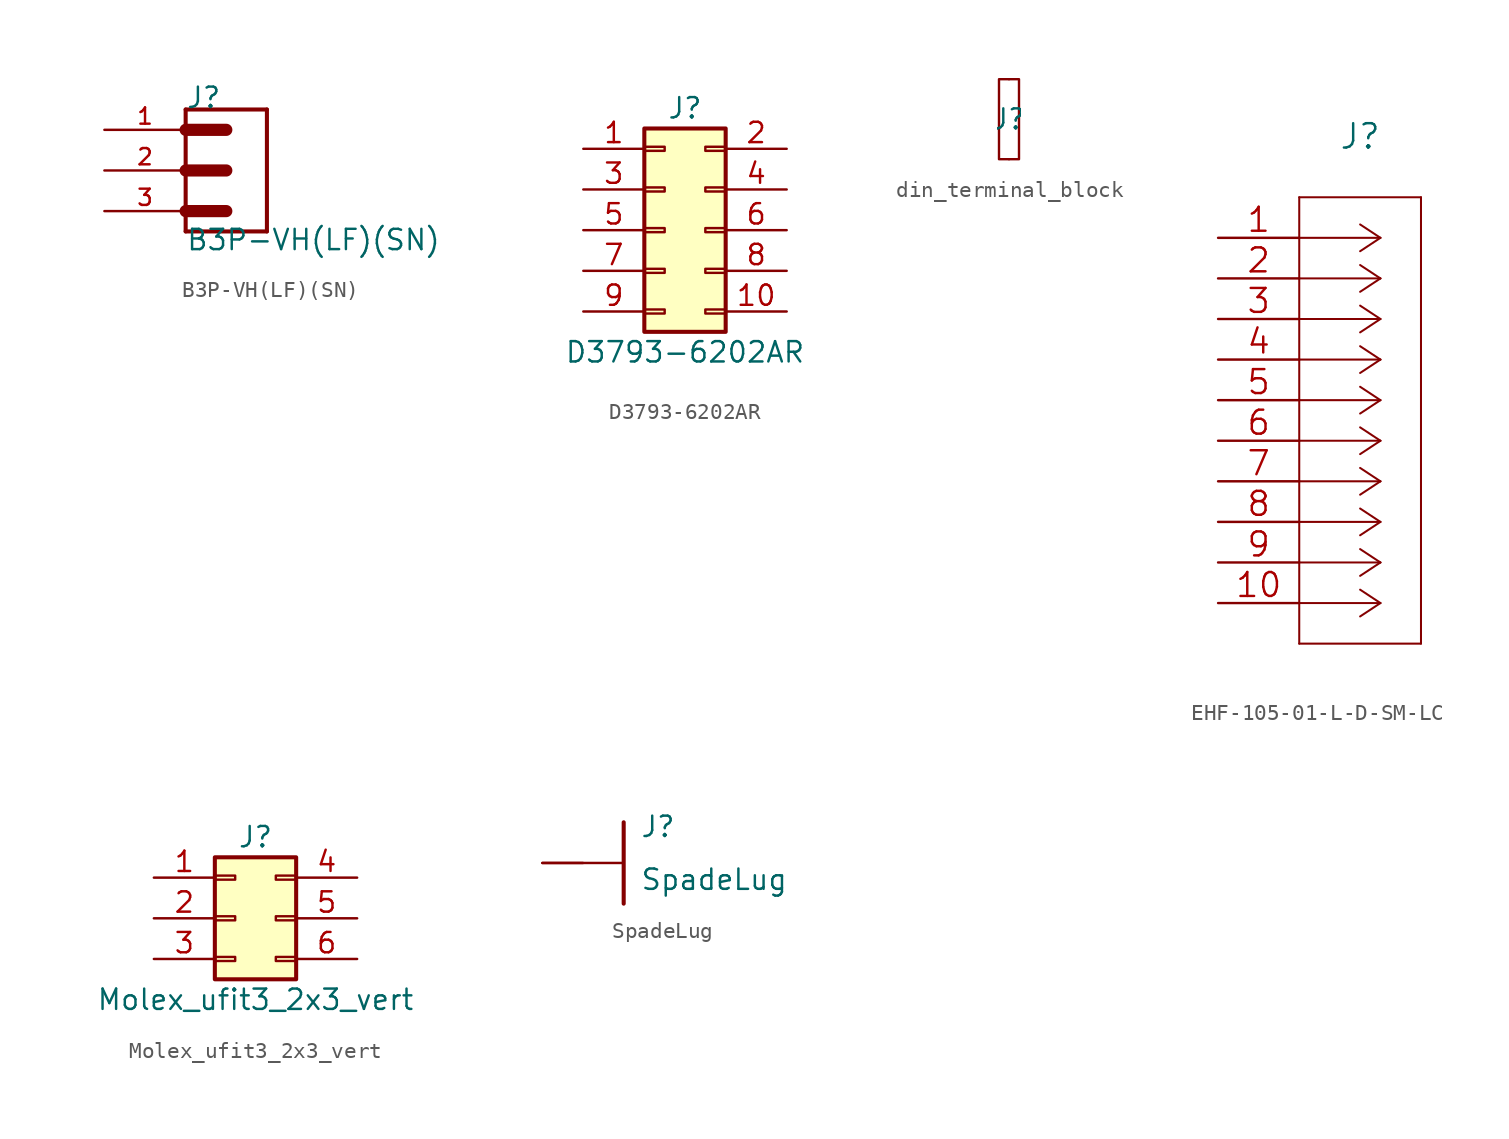
<source format=kicad_sym>
(kicad_symbol_lib
  (version 20211014)
  (generator kicad_symbol_editor)
  (symbol "B3P-VH(LF)(SN)"
    (pin_names
      (offset 1.016) hide)
    (property "Reference" "J"
      (at -2.54 3.81 0)
      (effects (font (size 1.27 1.27)) (justify left bottom)))
    (property "Value" "B3P-VH(LF)(SN)"
      (at -2.54 -5.08 0)
      (effects (font (size 1.27 1.27)) (justify left bottom)))
    (symbol "B3P-VH(LF)(SN)_0_0"
      (polyline (pts (xy -2.54 -3.81) (xy 2.54 -3.81)) (stroke (width 0.254) (type default) (color 0 0 0 0)) (fill (type none)))
      (polyline (pts (xy -2.54 -2.54) (xy 0 -2.54)) (stroke (width 0.762) (type default) (color 0 0 0 0)) (fill (type none)))
      (polyline (pts (xy -2.54 0) (xy -2.54 -3.81)) (stroke (width 0.254) (type default) (color 0 0 0 0)) (fill (type none)))
      (polyline (pts (xy -2.54 0) (xy 0 0)) (stroke (width 0.762) (type default) (color 0 0 0 0)) (fill (type none)))
      (polyline (pts (xy -2.54 2.54) (xy -2.54 0)) (stroke (width 0.254) (type default) (color 0 0 0 0)) (fill (type none)))
      (polyline (pts (xy -2.54 2.54) (xy 0 2.54)) (stroke (width 0.762) (type default) (color 0 0 0 0)) (fill (type none)))
      (polyline (pts (xy -2.54 3.81) (xy -2.54 2.54)) (stroke (width 0.254) (type default) (color 0 0 0 0)) (fill (type none)))
      (polyline (pts (xy 2.54 -3.81) (xy 2.54 3.81)) (stroke (width 0.254) (type default) (color 0 0 0 0)) (fill (type none)))
      (polyline (pts (xy 2.54 3.81) (xy -2.54 3.81)) (stroke (width 0.254) (type default) (color 0 0 0 0)) (fill (type none)))
      (pin passive line (at -7.62 2.54 0) (length 5.08) (name "1" (effects (font (size 1.016 1.016)))) (number "1" (effects (font (size 1.016 1.016)))))
      (pin passive line (at -7.62 0 0) (length 5.08) (name "2" (effects (font (size 1.016 1.016)))) (number "2" (effects (font (size 1.016 1.016)))))
      (pin passive line (at -7.62 -2.54 0) (length 5.08) (name "3" (effects (font (size 1.016 1.016)))) (number "3" (effects (font (size 1.016 1.016)))))))
  (symbol "D3793-6202AR"
    (pin_names
      (offset 1.016) hide)
    (property "Reference" "J"
      (at 1.27 7.62 0)
      (effects (font (size 1.27 1.27))))
    (property "Value" "D3793-6202AR"
      (at 1.27 -7.62 0)
      (effects (font (size 1.27 1.27))))
    (symbol "D3793-6202AR_1_1"
      (rectangle (start -1.27 -4.953) (end 0 -5.207) (stroke (width 0.152) (type default) (color 0 0 0 0)) (fill (type none)))
      (rectangle (start -1.27 -2.413) (end 0 -2.667) (stroke (width 0.152) (type default) (color 0 0 0 0)) (fill (type none)))
      (rectangle (start -1.27 0.127) (end 0 -0.127) (stroke (width 0.152) (type default) (color 0 0 0 0)) (fill (type none)))
      (rectangle (start -1.27 2.667) (end 0 2.413) (stroke (width 0.152) (type default) (color 0 0 0 0)) (fill (type none)))
      (rectangle (start -1.27 5.207) (end 0 4.953) (stroke (width 0.152) (type default) (color 0 0 0 0)) (fill (type none)))
      (rectangle (start -1.27 6.35) (end 3.81 -6.35) (stroke (width 0.254) (type default) (color 0 0 0 0)) (fill (type background)))
      (rectangle (start 3.81 -4.953) (end 2.54 -5.207) (stroke (width 0.152) (type default) (color 0 0 0 0)) (fill (type none)))
      (rectangle (start 3.81 -2.413) (end 2.54 -2.667) (stroke (width 0.152) (type default) (color 0 0 0 0)) (fill (type none)))
      (rectangle (start 3.81 0.127) (end 2.54 -0.127) (stroke (width 0.152) (type default) (color 0 0 0 0)) (fill (type none)))
      (rectangle (start 3.81 2.667) (end 2.54 2.413) (stroke (width 0.152) (type default) (color 0 0 0 0)) (fill (type none)))
      (rectangle (start 3.81 5.207) (end 2.54 4.953) (stroke (width 0.152) (type default) (color 0 0 0 0)) (fill (type none)))
      (pin passive line (at -5.08 5.08 0) (length 3.81) (name "Pin_1" (effects (font (size 1.27 1.27)))) (number "1" (effects (font (size 1.27 1.27)))))
      (pin passive line (at 7.62 -5.08 180) (length 3.81) (name "Pin_10" (effects (font (size 1.27 1.27)))) (number "10" (effects (font (size 1.27 1.27)))))
      (pin passive line (at 7.62 5.08 180) (length 3.81) (name "Pin_2" (effects (font (size 1.27 1.27)))) (number "2" (effects (font (size 1.27 1.27)))))
      (pin passive line (at -5.08 2.54 0) (length 3.81) (name "Pin_3" (effects (font (size 1.27 1.27)))) (number "3" (effects (font (size 1.27 1.27)))))
      (pin passive line (at 7.62 2.54 180) (length 3.81) (name "Pin_4" (effects (font (size 1.27 1.27)))) (number "4" (effects (font (size 1.27 1.27)))))
      (pin passive line (at -5.08 0 0) (length 3.81) (name "Pin_5" (effects (font (size 1.27 1.27)))) (number "5" (effects (font (size 1.27 1.27)))))
      (pin passive line (at 7.62 0 180) (length 3.81) (name "Pin_6" (effects (font (size 1.27 1.27)))) (number "6" (effects (font (size 1.27 1.27)))))
      (pin passive line (at -5.08 -2.54 0) (length 3.81) (name "Pin_7" (effects (font (size 1.27 1.27)))) (number "7" (effects (font (size 1.27 1.27)))))
      (pin passive line (at 7.62 -2.54 180) (length 3.81) (name "Pin_8" (effects (font (size 1.27 1.27)))) (number "8" (effects (font (size 1.27 1.27)))))
      (pin passive line (at -5.08 -5.08 0) (length 3.81) (name "Pin_9" (effects (font (size 1.27 1.27)))) (number "9" (effects (font (size 1.27 1.27)))))))
  (symbol "din_terminal_block"
    (pin_names
      (offset 1.016))
    (property "Reference" "J"
      (at 0 0 0)
      (effects (font (size 1.27 1.27))))
    (symbol "din_terminal_block_0_1"
      (rectangle (start -0.635 2.54) (end 0.635 -2.54) (stroke (width 0) (type default) (color 0 0 0 0)) (fill (type none))))
    (symbol "din_terminal_block_1_1"
      (pin input line (at 0 -2.54 90) (length 0) (name "~" (effects (font (size 1.27 1.27)))) (number "~" (effects (font (size 1.27 1.27)))))
      (pin input line (at 0 2.54 270) (length 0) (name "~" (effects (font (size 1.27 1.27)))) (number "~" (effects (font (size 1.27 1.27)))))))
  (symbol "EHF-105-01-L-D-SM-LC"
    (pin_names
      (offset 0.254) hide)
    (property "Reference" "J"
      (at 8.89 6.35 0)
      (effects (font (size 1.524 1.524))))
    (symbol "EHF-105-01-L-D-SM-LC_1_0"
      (polyline (pts (xy 5.08 -25.4) (xy 12.7 -25.4)) (stroke (width 0.127) (type default) (color 0 0 0 0)) (fill (type none)))
      (polyline (pts (xy 5.08 2.54) (xy 5.08 -25.4)) (stroke (width 0.127) (type default) (color 0 0 0 0)) (fill (type none)))
      (polyline (pts (xy 10.16 -22.86) (xy 5.08 -22.86)) (stroke (width 0.127) (type default) (color 0 0 0 0)) (fill (type none)))
      (polyline (pts (xy 10.16 -22.86) (xy 8.89 -23.698)) (stroke (width 0.127) (type default) (color 0 0 0 0)) (fill (type none)))
      (polyline (pts (xy 10.16 -22.86) (xy 8.89 -22.022)) (stroke (width 0.127) (type default) (color 0 0 0 0)) (fill (type none)))
      (polyline (pts (xy 10.16 -20.32) (xy 5.08 -20.32)) (stroke (width 0.127) (type default) (color 0 0 0 0)) (fill (type none)))
      (polyline (pts (xy 10.16 -20.32) (xy 8.89 -21.158)) (stroke (width 0.127) (type default) (color 0 0 0 0)) (fill (type none)))
      (polyline (pts (xy 10.16 -20.32) (xy 8.89 -19.482)) (stroke (width 0.127) (type default) (color 0 0 0 0)) (fill (type none)))
      (polyline (pts (xy 10.16 -17.78) (xy 5.08 -17.78)) (stroke (width 0.127) (type default) (color 0 0 0 0)) (fill (type none)))
      (polyline (pts (xy 10.16 -17.78) (xy 8.89 -18.618)) (stroke (width 0.127) (type default) (color 0 0 0 0)) (fill (type none)))
      (polyline (pts (xy 10.16 -17.78) (xy 8.89 -16.942)) (stroke (width 0.127) (type default) (color 0 0 0 0)) (fill (type none)))
      (polyline (pts (xy 10.16 -15.24) (xy 5.08 -15.24)) (stroke (width 0.127) (type default) (color 0 0 0 0)) (fill (type none)))
      (polyline (pts (xy 10.16 -15.24) (xy 8.89 -16.078)) (stroke (width 0.127) (type default) (color 0 0 0 0)) (fill (type none)))
      (polyline (pts (xy 10.16 -15.24) (xy 8.89 -14.402)) (stroke (width 0.127) (type default) (color 0 0 0 0)) (fill (type none)))
      (polyline (pts (xy 10.16 -12.7) (xy 5.08 -12.7)) (stroke (width 0.127) (type default) (color 0 0 0 0)) (fill (type none)))
      (polyline (pts (xy 10.16 -12.7) (xy 8.89 -13.538)) (stroke (width 0.127) (type default) (color 0 0 0 0)) (fill (type none)))
      (polyline (pts (xy 10.16 -12.7) (xy 8.89 -11.862)) (stroke (width 0.127) (type default) (color 0 0 0 0)) (fill (type none)))
      (polyline (pts (xy 10.16 -10.16) (xy 5.08 -10.16)) (stroke (width 0.127) (type default) (color 0 0 0 0)) (fill (type none)))
      (polyline (pts (xy 10.16 -10.16) (xy 8.89 -10.998)) (stroke (width 0.127) (type default) (color 0 0 0 0)) (fill (type none)))
      (polyline (pts (xy 10.16 -10.16) (xy 8.89 -9.322)) (stroke (width 0.127) (type default) (color 0 0 0 0)) (fill (type none)))
      (polyline (pts (xy 10.16 -7.62) (xy 5.08 -7.62)) (stroke (width 0.127) (type default) (color 0 0 0 0)) (fill (type none)))
      (polyline (pts (xy 10.16 -7.62) (xy 8.89 -8.458)) (stroke (width 0.127) (type default) (color 0 0 0 0)) (fill (type none)))
      (polyline (pts (xy 10.16 -7.62) (xy 8.89 -6.782)) (stroke (width 0.127) (type default) (color 0 0 0 0)) (fill (type none)))
      (polyline (pts (xy 10.16 -5.08) (xy 5.08 -5.08)) (stroke (width 0.127) (type default) (color 0 0 0 0)) (fill (type none)))
      (polyline (pts (xy 10.16 -5.08) (xy 8.89 -5.918)) (stroke (width 0.127) (type default) (color 0 0 0 0)) (fill (type none)))
      (polyline (pts (xy 10.16 -5.08) (xy 8.89 -4.242)) (stroke (width 0.127) (type default) (color 0 0 0 0)) (fill (type none)))
      (polyline (pts (xy 10.16 -2.54) (xy 5.08 -2.54)) (stroke (width 0.127) (type default) (color 0 0 0 0)) (fill (type none)))
      (polyline (pts (xy 10.16 -2.54) (xy 8.89 -3.378)) (stroke (width 0.127) (type default) (color 0 0 0 0)) (fill (type none)))
      (polyline (pts (xy 10.16 -2.54) (xy 8.89 -1.702)) (stroke (width 0.127) (type default) (color 0 0 0 0)) (fill (type none)))
      (polyline (pts (xy 10.16 0) (xy 5.08 0)) (stroke (width 0.127) (type default) (color 0 0 0 0)) (fill (type none)))
      (polyline (pts (xy 10.16 0) (xy 8.89 -0.838)) (stroke (width 0.127) (type default) (color 0 0 0 0)) (fill (type none)))
      (polyline (pts (xy 10.16 0) (xy 8.89 0.838)) (stroke (width 0.127) (type default) (color 0 0 0 0)) (fill (type none)))
      (polyline (pts (xy 12.7 -25.4) (xy 12.7 2.54)) (stroke (width 0.127) (type default) (color 0 0 0 0)) (fill (type none)))
      (polyline (pts (xy 12.7 2.54) (xy 5.08 2.54)) (stroke (width 0.127) (type default) (color 0 0 0 0)) (fill (type none)))
      (pin unspecified line (at 0 0 0) (length 5.08) (name "1" (effects (font (size 1.499 1.499)))) (number "1" (effects (font (size 1.499 1.499)))))
      (pin unspecified line (at 0 -22.86 0) (length 5.08) (name "10" (effects (font (size 1.499 1.499)))) (number "10" (effects (font (size 1.499 1.499)))))
      (pin unspecified line (at 0 -2.54 0) (length 5.08) (name "2" (effects (font (size 1.499 1.499)))) (number "2" (effects (font (size 1.499 1.499)))))
      (pin unspecified line (at 0 -5.08 0) (length 5.08) (name "3" (effects (font (size 1.499 1.499)))) (number "3" (effects (font (size 1.499 1.499)))))
      (pin unspecified line (at 0 -7.62 0) (length 5.08) (name "4" (effects (font (size 1.499 1.499)))) (number "4" (effects (font (size 1.499 1.499)))))
      (pin unspecified line (at 0 -10.16 0) (length 5.08) (name "5" (effects (font (size 1.499 1.499)))) (number "5" (effects (font (size 1.499 1.499)))))
      (pin unspecified line (at 0 -12.7 0) (length 5.08) (name "6" (effects (font (size 1.499 1.499)))) (number "6" (effects (font (size 1.499 1.499)))))
      (pin unspecified line (at 0 -15.24 0) (length 5.08) (name "7" (effects (font (size 1.499 1.499)))) (number "7" (effects (font (size 1.499 1.499)))))
      (pin unspecified line (at 0 -17.78 0) (length 5.08) (name "8" (effects (font (size 1.499 1.499)))) (number "8" (effects (font (size 1.499 1.499)))))
      (pin unspecified line (at 0 -20.32 0) (length 5.08) (name "9" (effects (font (size 1.499 1.499)))) (number "9" (effects (font (size 1.499 1.499)))))))
  (symbol "Molex_ufit3_2x3_vert"
    (pin_names
      (offset 1.016) hide)
    (property "Reference" "J"
      (at 1.27 5.08 0)
      (effects (font (size 1.27 1.27))))
    (property "Value" "Molex_ufit3_2x3_vert"
      (at 1.27 -5.08 0)
      (effects (font (size 1.27 1.27))))
    (symbol "Molex_ufit3_2x3_vert_1_1"
      (rectangle (start -1.27 -2.413) (end 0 -2.667) (stroke (width 0.152) (type default) (color 0 0 0 0)) (fill (type none)))
      (rectangle (start -1.27 0.127) (end 0 -0.127) (stroke (width 0.152) (type default) (color 0 0 0 0)) (fill (type none)))
      (rectangle (start -1.27 2.667) (end 0 2.413) (stroke (width 0.152) (type default) (color 0 0 0 0)) (fill (type none)))
      (rectangle (start -1.27 3.81) (end 3.81 -3.81) (stroke (width 0.254) (type default) (color 0 0 0 0)) (fill (type background)))
      (rectangle (start 3.81 -2.413) (end 2.54 -2.667) (stroke (width 0.152) (type default) (color 0 0 0 0)) (fill (type none)))
      (rectangle (start 3.81 0.127) (end 2.54 -0.127) (stroke (width 0.152) (type default) (color 0 0 0 0)) (fill (type none)))
      (rectangle (start 3.81 2.667) (end 2.54 2.413) (stroke (width 0.152) (type default) (color 0 0 0 0)) (fill (type none)))
      (pin passive line (at -5.08 2.54 0) (length 3.81) (name "Pin_1" (effects (font (size 1.27 1.27)))) (number "1" (effects (font (size 1.27 1.27)))))
      (pin passive line (at -5.08 0 0) (length 3.81) (name "Pin_2" (effects (font (size 1.27 1.27)))) (number "2" (effects (font (size 1.27 1.27)))))
      (pin passive line (at -5.08 -2.54 0) (length 3.81) (name "Pin_3" (effects (font (size 1.27 1.27)))) (number "3" (effects (font (size 1.27 1.27)))))
      (pin passive line (at 7.62 2.54 180) (length 3.81) (name "Pin_4" (effects (font (size 1.27 1.27)))) (number "4" (effects (font (size 1.27 1.27)))))
      (pin passive line (at 7.62 0 180) (length 3.81) (name "Pin_5" (effects (font (size 1.27 1.27)))) (number "5" (effects (font (size 1.27 1.27)))))
      (pin passive line (at 7.62 -2.54 180) (length 3.81) (name "Pin_6" (effects (font (size 1.27 1.27)))) (number "6" (effects (font (size 1.27 1.27)))))))
  (symbol "SpadeLug"
    (pin_numbers hide)
    (pin_names
      (offset 1.016) hide)
    (property "Reference" "J"
      (at 1.016 1.524 0)
      (effects (font (size 1.27 1.27)) (justify left bottom)))
    (property "Value" "SpadeLug"
      (at 1.016 -1.778 0)
      (effects (font (size 1.27 1.27)) (justify left bottom)))
    (symbol "SpadeLug_0_0"
      (polyline (pts (xy 0 2.54) (xy 0 -2.54)) (stroke (width 0.254) (type default) (color 0 0 0 0)) (fill (type none)))
      (pin passive line (at -5.08 0 0) (length 5.08) (name "1" (effects (font (size 1.016 1.016)))) (number "1" (effects (font (size 1.016 1.016))))))
    (symbol "SpadeLug_1_1"
      (pin passive line (at -5.08 0 0) (length 2.54) (name "2" (effects (font (size 1.27 1.27)))) (number "2" (effects (font (size 1.27 1.27))))))))
</source>
